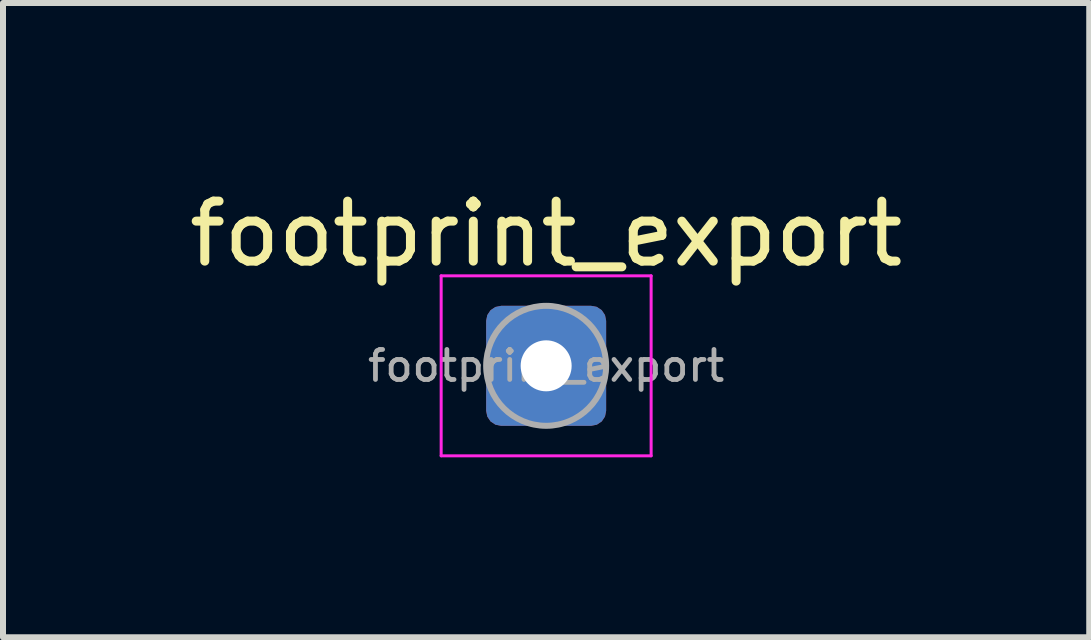
<source format=kicad_pcb>
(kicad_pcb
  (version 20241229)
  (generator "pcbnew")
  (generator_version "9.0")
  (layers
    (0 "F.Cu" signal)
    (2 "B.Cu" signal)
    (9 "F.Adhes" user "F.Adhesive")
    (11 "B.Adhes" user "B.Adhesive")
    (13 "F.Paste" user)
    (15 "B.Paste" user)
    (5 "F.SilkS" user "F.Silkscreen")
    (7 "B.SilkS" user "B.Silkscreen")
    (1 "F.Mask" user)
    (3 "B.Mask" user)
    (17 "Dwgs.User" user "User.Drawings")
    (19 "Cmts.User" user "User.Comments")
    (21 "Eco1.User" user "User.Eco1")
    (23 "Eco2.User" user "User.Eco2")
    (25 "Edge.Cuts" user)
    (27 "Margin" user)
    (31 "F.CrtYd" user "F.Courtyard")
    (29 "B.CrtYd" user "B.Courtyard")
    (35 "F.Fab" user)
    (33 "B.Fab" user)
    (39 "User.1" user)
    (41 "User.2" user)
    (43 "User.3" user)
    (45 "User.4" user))
  (footprint "footprint_export"
    (layer "F.Cu")
    (at 6.054 3.048)
    (property "Reference" "footprint_export" (at 0 -2.2 0) (layer "F.SilkS") (effects (font (size 1 1) (thickness 0.15))))
    (attr exclude_from_pos_files exclude_from_bom)
    (fp_line (start -1.75 -1.5) (end -1.75 1.5) (stroke (width 0.05) (type solid)) (layer "F.CrtYd"))
    (fp_line (start -1.75 1.5) (end 1.75 1.5) (stroke (width 0.05) (type solid)) (layer "F.CrtYd"))
    (fp_line (start 1.75 -1.5) (end -1.75 -1.5) (stroke (width 0.05) (type solid)) (layer "F.CrtYd"))
    (fp_line (start 1.75 1.5) (end 1.75 -1.5) (stroke (width 0.05) (type solid)) (layer "F.CrtYd"))
    (fp_circle (center 0 0) (end 1 0) (stroke (width 0.1) (type solid)) (fill no) (layer "F.Fab"))
    (fp_text user "${REFERENCE}" (at 0 0 0) (layer "F.Fab") (effects (font (size 0.5 0.5) (thickness 0.08))))
    (pad "1" thru_hole roundrect (at 0 0) (size 2 2) (drill 0.85) (layers "*.Cu" "*.Mask") (roundrect_rratio 0.125)))
  (gr_rect
    (start -3 -3)
    (end 15.107 7.573)
    (stroke (width 0.1) (type default))
    (fill no)
    (layer "Edge.Cuts")))
</source>
